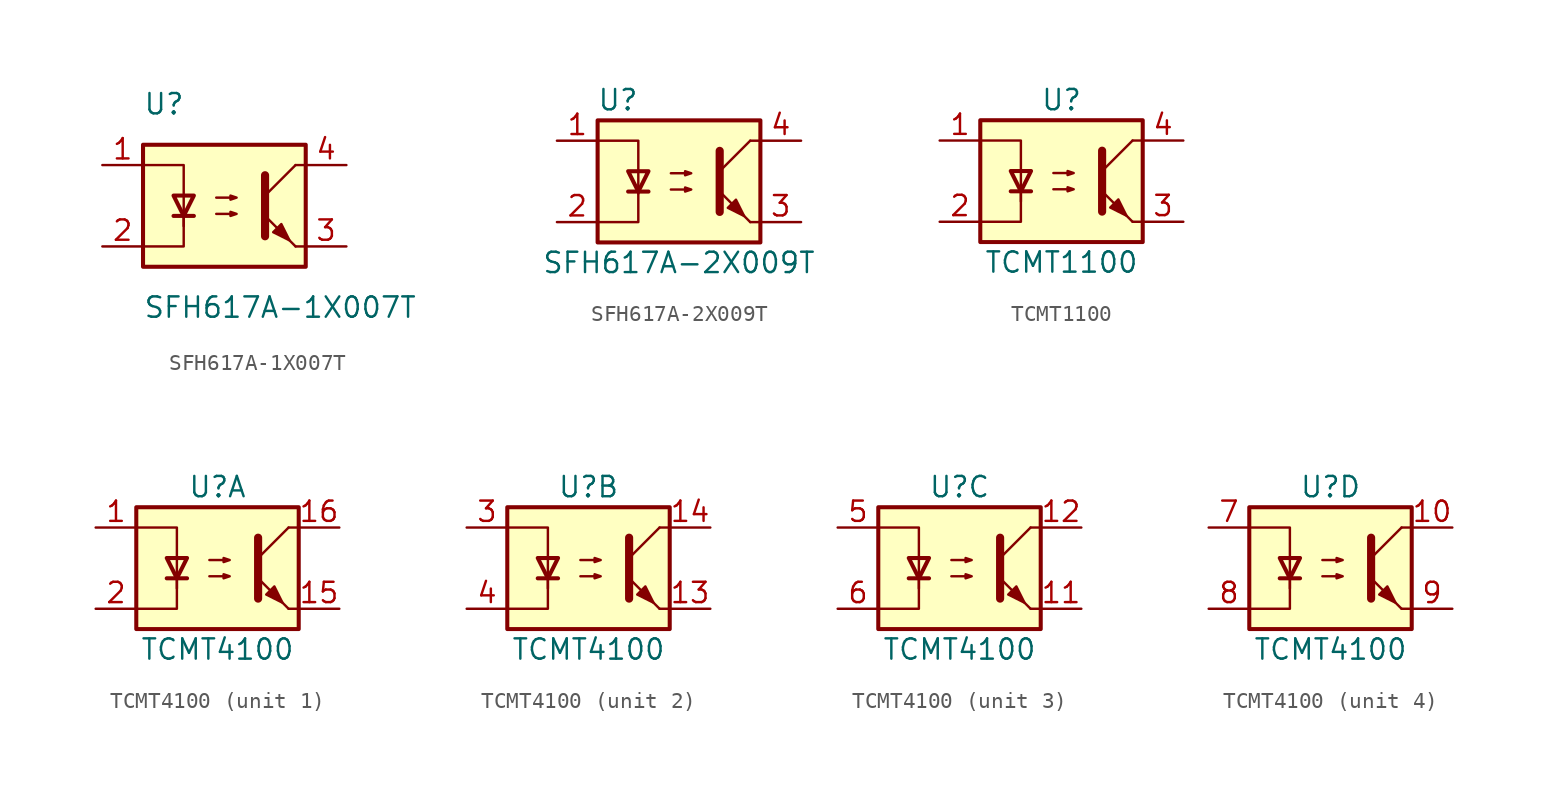
<source format=kicad_sym>
(kicad_symbol_lib
  (version 20201005)
  (generator kicad_symbol_editor)
  (symbol "SFH617A-1X007T"
    (pin_names
      (offset 1.016))
    (property "Reference" "U"
      (at -5.08 6.35 0)
      (effects (font (size 1.27 1.27)) (justify left)))
    (property "Value" "SFH617A-1X007T"
      (at -5.08 -6.35 0)
      (effects (font (size 1.27 1.27)) (justify left)))
    (symbol "SFH617A-1X007T_0_1"
      (rectangle (start -5.08 3.81) (end 5.08 -3.81) (stroke (width 0.254)) (fill (type background)))
      (polyline (pts (xy -3.175 -0.635) (xy -1.905 -0.635)) (stroke (width 0.254)) (fill (type none)))
      (polyline (pts (xy 2.54 0.635) (xy 4.445 2.54)) (stroke (width 0)) (fill (type none)))
      (polyline (pts (xy 4.445 -2.54) (xy 5.08 -2.54)) (stroke (width 0)) (fill (type none)))
      (polyline (pts (xy 4.445 2.54) (xy 5.08 2.54)) (stroke (width 0)) (fill (type none)))
      (polyline (pts (xy -2.54 -0.635) (xy -2.54 -2.54) (xy -5.08 -2.54)) (stroke (width 0)) (fill (type none)))
      (polyline (pts (xy 2.54 1.905) (xy 2.54 -1.905) (xy 2.54 -1.905)) (stroke (width 0.508)) (fill (type none)))
      (polyline (pts (xy -5.08 2.54) (xy -2.54 2.54) (xy -2.54 -1.27) (xy -2.54 0.635)) (stroke (width 0)) (fill (type none)))
      (polyline (pts (xy -2.54 -0.635) (xy -3.175 0.635) (xy -1.905 0.635) (xy -2.54 -0.635)) (stroke (width 0.254)) (fill (type none)))
      (polyline (pts (xy -0.508 -0.508) (xy 0.762 -0.508) (xy 0.381 -0.635) (xy 0.381 -0.381) (xy 0.762 -0.508)) (stroke (width 0)) (fill (type none)))
      (polyline (pts (xy -0.508 0.508) (xy 0.762 0.508) (xy 0.381 0.381) (xy 0.381 0.635) (xy 0.762 0.508)) (stroke (width 0)) (fill (type none)))
      (polyline (pts (xy 4.445 -2.54) (xy 2.54 -0.635)) (stroke (width 0)) (fill (type outline)))
      (polyline (pts (xy 3.048 -1.651) (xy 3.556 -1.143) (xy 4.064 -2.159) (xy 3.048 -1.651) (xy 3.048 -1.651)) (stroke (width 0)) (fill (type outline))))
    (symbol "SFH617A-1X007T_1_1"
      (pin passive line (at -7.62 2.54 0) (length 2.54) (name "~" (effects (font (size 1.27 1.27)))) (number "1" (effects (font (size 1.27 1.27)))))
      (pin passive line (at -7.62 -2.54 0) (length 2.54) (name "~" (effects (font (size 1.27 1.27)))) (number "2" (effects (font (size 1.27 1.27)))))
      (pin passive line (at 7.62 -2.54 180) (length 2.54) (name "~" (effects (font (size 1.27 1.27)))) (number "3" (effects (font (size 1.27 1.27)))))
      (pin passive line (at 7.62 2.54 180) (length 2.54) (name "~" (effects (font (size 1.27 1.27)))) (number "4" (effects (font (size 1.27 1.27)))))))
  (symbol "SFH617A-2X009T"
    (property "Reference" "U"
      (at -3.81 5.08 0)
      (effects (font (size 1.27 1.27))))
    (property "Value" "SFH617A-2X009T"
      (at 0 -5.08 0)
      (effects (font (size 1.27 1.27))))
    (symbol "SFH617A-2X009T_1_1"
      (rectangle (start -5.08 3.81) (end 5.08 -3.81) (stroke (width 0.254)) (fill (type background)))
      (polyline (pts (xy -3.175 -0.635) (xy -1.905 -0.635)) (stroke (width 0.254)) (fill (type none)))
      (polyline (pts (xy 2.54 0.635) (xy 4.445 2.54)) (stroke (width 0)) (fill (type none)))
      (polyline (pts (xy 4.445 -2.54) (xy 5.08 -2.54)) (stroke (width 0)) (fill (type none)))
      (polyline (pts (xy 4.445 2.54) (xy 5.08 2.54)) (stroke (width 0)) (fill (type none)))
      (polyline (pts (xy -5.08 2.54) (xy -2.54 2.54) (xy -2.54 -0.762)) (stroke (width 0)) (fill (type none)))
      (polyline (pts (xy -2.54 -0.635) (xy -2.54 -2.54) (xy -5.08 -2.54)) (stroke (width 0)) (fill (type none)))
      (polyline (pts (xy 2.54 1.905) (xy 2.54 -1.905) (xy 2.54 -1.905)) (stroke (width 0.508)) (fill (type none)))
      (polyline (pts (xy -2.54 -0.635) (xy -3.175 0.635) (xy -1.905 0.635) (xy -2.54 -0.635)) (stroke (width 0.254)) (fill (type none)))
      (polyline (pts (xy -0.508 -0.508) (xy 0.762 -0.508) (xy 0.381 -0.635) (xy 0.381 -0.381) (xy 0.762 -0.508)) (stroke (width 0)) (fill (type none)))
      (polyline (pts (xy -0.508 0.508) (xy 0.762 0.508) (xy 0.381 0.381) (xy 0.381 0.635) (xy 0.762 0.508)) (stroke (width 0)) (fill (type none)))
      (polyline (pts (xy 4.445 -2.54) (xy 2.54 -0.635)) (stroke (width 0)) (fill (type outline)))
      (polyline (pts (xy 3.048 -1.651) (xy 3.556 -1.143) (xy 4.064 -2.159) (xy 3.048 -1.651) (xy 3.048 -1.651)) (stroke (width 0)) (fill (type outline)))
      (pin passive line (at -7.62 2.54 0) (length 2.54) (name "~" (effects (font (size 1.27 1.27)))) (number "1" (effects (font (size 1.27 1.27)))))
      (pin passive line (at -7.62 -2.54 0) (length 2.54) (name "~" (effects (font (size 1.27 1.27)))) (number "2" (effects (font (size 1.27 1.27)))))
      (pin passive line (at 7.62 -2.54 180) (length 2.54) (name "~" (effects (font (size 1.27 1.27)))) (number "3" (effects (font (size 1.27 1.27)))))
      (pin passive line (at 7.62 2.54 180) (length 2.54) (name "~" (effects (font (size 1.27 1.27)))) (number "4" (effects (font (size 1.27 1.27)))))))
  (symbol "TCMT1100"
    (pin_names
      (offset 1.016))
    (property "Reference" "U"
      (at 0 5.08 0)
      (effects (font (size 1.27 1.27))))
    (property "Value" "TCMT1100"
      (at 0 -5.08 0)
      (effects (font (size 1.27 1.27))))
    (symbol "TCMT1100_1_1"
      (rectangle (start -5.08 3.81) (end 5.08 -3.81) (stroke (width 0.254)) (fill (type background)))
      (polyline (pts (xy -3.175 -0.635) (xy -1.905 -0.635)) (stroke (width 0.254)) (fill (type none)))
      (polyline (pts (xy 2.54 0.635) (xy 4.445 2.54)) (stroke (width 0)) (fill (type none)))
      (polyline (pts (xy 4.445 -2.54) (xy 5.08 -2.54)) (stroke (width 0)) (fill (type none)))
      (polyline (pts (xy 4.445 2.54) (xy 5.08 2.54)) (stroke (width 0)) (fill (type none)))
      (polyline (pts (xy -2.54 -0.635) (xy -2.54 -2.54) (xy -5.08 -2.54)) (stroke (width 0)) (fill (type none)))
      (polyline (pts (xy 2.54 1.905) (xy 2.54 -1.905) (xy 2.54 -1.905)) (stroke (width 0.508)) (fill (type none)))
      (polyline (pts (xy -5.08 2.54) (xy -2.54 2.54) (xy -2.54 -1.27) (xy -2.54 0.635)) (stroke (width 0)) (fill (type none)))
      (polyline (pts (xy -2.54 -0.635) (xy -3.175 0.635) (xy -1.905 0.635) (xy -2.54 -0.635)) (stroke (width 0.254)) (fill (type none)))
      (polyline (pts (xy -0.508 -0.508) (xy 0.762 -0.508) (xy 0.381 -0.635) (xy 0.381 -0.381) (xy 0.762 -0.508)) (stroke (width 0)) (fill (type none)))
      (polyline (pts (xy -0.508 0.508) (xy 0.762 0.508) (xy 0.381 0.381) (xy 0.381 0.635) (xy 0.762 0.508)) (stroke (width 0)) (fill (type none)))
      (polyline (pts (xy 4.445 -2.54) (xy 2.54 -0.635)) (stroke (width 0)) (fill (type outline)))
      (polyline (pts (xy 3.048 -1.651) (xy 3.556 -1.143) (xy 4.064 -2.159) (xy 3.048 -1.651) (xy 3.048 -1.651)) (stroke (width 0)) (fill (type outline)))
      (pin passive line (at -7.62 2.54 0) (length 2.54) (name "~" (effects (font (size 1.27 1.27)))) (number "1" (effects (font (size 1.27 1.27)))))
      (pin passive line (at -7.62 -2.54 0) (length 2.54) (name "~" (effects (font (size 1.27 1.27)))) (number "2" (effects (font (size 1.27 1.27)))))
      (pin passive line (at 7.62 -2.54 180) (length 2.54) (name "~" (effects (font (size 1.27 1.27)))) (number "3" (effects (font (size 1.27 1.27)))))
      (pin passive line (at 7.62 2.54 180) (length 2.54) (name "~" (effects (font (size 1.27 1.27)))) (number "4" (effects (font (size 1.27 1.27)))))))
  (symbol "TCMT4100"
    (pin_names
      (offset 1.016))
    (property "Reference" "U"
      (at 0 5.08 0)
      (effects (font (size 1.27 1.27))))
    (property "Value" "TCMT4100"
      (at 0 -5.08 0)
      (effects (font (size 1.27 1.27))))
    (symbol "TCMT4100_1_1"
      (rectangle (start -5.08 3.81) (end 5.08 -3.81) (stroke (width 0.254)) (fill (type background)))
      (polyline (pts (xy -3.175 -0.635) (xy -1.905 -0.635)) (stroke (width 0.254)) (fill (type none)))
      (polyline (pts (xy 2.54 0.635) (xy 4.445 2.54)) (stroke (width 0)) (fill (type none)))
      (polyline (pts (xy 4.445 -2.54) (xy 5.08 -2.54)) (stroke (width 0)) (fill (type none)))
      (polyline (pts (xy 4.445 2.54) (xy 5.08 2.54)) (stroke (width 0)) (fill (type none)))
      (polyline (pts (xy -2.54 -0.635) (xy -2.54 -2.54) (xy -5.08 -2.54)) (stroke (width 0)) (fill (type none)))
      (polyline (pts (xy 2.54 1.905) (xy 2.54 -1.905) (xy 2.54 -1.905)) (stroke (width 0.508)) (fill (type none)))
      (polyline (pts (xy -5.08 2.54) (xy -2.54 2.54) (xy -2.54 -1.27) (xy -2.54 0.635)) (stroke (width 0)) (fill (type none)))
      (polyline (pts (xy -2.54 -0.635) (xy -3.175 0.635) (xy -1.905 0.635) (xy -2.54 -0.635)) (stroke (width 0.254)) (fill (type none)))
      (polyline (pts (xy -0.508 -0.508) (xy 0.762 -0.508) (xy 0.381 -0.635) (xy 0.381 -0.381) (xy 0.762 -0.508)) (stroke (width 0)) (fill (type none)))
      (polyline (pts (xy -0.508 0.508) (xy 0.762 0.508) (xy 0.381 0.381) (xy 0.381 0.635) (xy 0.762 0.508)) (stroke (width 0)) (fill (type none)))
      (polyline (pts (xy 4.445 -2.54) (xy 2.54 -0.635)) (stroke (width 0)) (fill (type outline)))
      (polyline (pts (xy 3.048 -1.651) (xy 3.556 -1.143) (xy 4.064 -2.159) (xy 3.048 -1.651) (xy 3.048 -1.651)) (stroke (width 0)) (fill (type outline)))
      (pin passive line (at -7.62 2.54 0) (length 2.54) (name "~" (effects (font (size 1.27 1.27)))) (number "1" (effects (font (size 1.27 1.27)))))
      (pin passive line (at 7.62 -2.54 180) (length 2.54) (name "~" (effects (font (size 1.27 1.27)))) (number "15" (effects (font (size 1.27 1.27)))))
      (pin passive line (at 7.62 2.54 180) (length 2.54) (name "~" (effects (font (size 1.27 1.27)))) (number "16" (effects (font (size 1.27 1.27)))))
      (pin passive line (at -7.62 -2.54 0) (length 2.54) (name "~" (effects (font (size 1.27 1.27)))) (number "2" (effects (font (size 1.27 1.27))))))
    (symbol "TCMT4100_2_1"
      (rectangle (start -5.08 3.81) (end 5.08 -3.81) (stroke (width 0.254)) (fill (type background)))
      (polyline (pts (xy -3.175 -0.635) (xy -1.905 -0.635)) (stroke (width 0.254)) (fill (type none)))
      (polyline (pts (xy 2.54 0.635) (xy 4.445 2.54)) (stroke (width 0)) (fill (type none)))
      (polyline (pts (xy 4.445 -2.54) (xy 5.08 -2.54)) (stroke (width 0)) (fill (type none)))
      (polyline (pts (xy 4.445 2.54) (xy 5.08 2.54)) (stroke (width 0)) (fill (type none)))
      (polyline (pts (xy -2.54 -0.635) (xy -2.54 -2.54) (xy -5.08 -2.54)) (stroke (width 0)) (fill (type none)))
      (polyline (pts (xy 2.54 1.905) (xy 2.54 -1.905) (xy 2.54 -1.905)) (stroke (width 0.508)) (fill (type none)))
      (polyline (pts (xy -5.08 2.54) (xy -2.54 2.54) (xy -2.54 -1.27) (xy -2.54 0.635)) (stroke (width 0)) (fill (type none)))
      (polyline (pts (xy -2.54 -0.635) (xy -3.175 0.635) (xy -1.905 0.635) (xy -2.54 -0.635)) (stroke (width 0.254)) (fill (type none)))
      (polyline (pts (xy -0.508 -0.508) (xy 0.762 -0.508) (xy 0.381 -0.635) (xy 0.381 -0.381) (xy 0.762 -0.508)) (stroke (width 0)) (fill (type none)))
      (polyline (pts (xy -0.508 0.508) (xy 0.762 0.508) (xy 0.381 0.381) (xy 0.381 0.635) (xy 0.762 0.508)) (stroke (width 0)) (fill (type none)))
      (polyline (pts (xy 4.445 -2.54) (xy 2.54 -0.635)) (stroke (width 0)) (fill (type outline)))
      (polyline (pts (xy 3.048 -1.651) (xy 3.556 -1.143) (xy 4.064 -2.159) (xy 3.048 -1.651) (xy 3.048 -1.651)) (stroke (width 0)) (fill (type outline)))
      (pin passive line (at 7.62 -2.54 180) (length 2.54) (name "~" (effects (font (size 1.27 1.27)))) (number "13" (effects (font (size 1.27 1.27)))))
      (pin passive line (at 7.62 2.54 180) (length 2.54) (name "~" (effects (font (size 1.27 1.27)))) (number "14" (effects (font (size 1.27 1.27)))))
      (pin passive line (at -7.62 2.54 0) (length 2.54) (name "~" (effects (font (size 1.27 1.27)))) (number "3" (effects (font (size 1.27 1.27)))))
      (pin passive line (at -7.62 -2.54 0) (length 2.54) (name "~" (effects (font (size 1.27 1.27)))) (number "4" (effects (font (size 1.27 1.27))))))
    (symbol "TCMT4100_3_1"
      (rectangle (start -5.08 3.81) (end 5.08 -3.81) (stroke (width 0.254)) (fill (type background)))
      (polyline (pts (xy -3.175 -0.635) (xy -1.905 -0.635)) (stroke (width 0.254)) (fill (type none)))
      (polyline (pts (xy 2.54 0.635) (xy 4.445 2.54)) (stroke (width 0)) (fill (type none)))
      (polyline (pts (xy 4.445 -2.54) (xy 5.08 -2.54)) (stroke (width 0)) (fill (type none)))
      (polyline (pts (xy 4.445 2.54) (xy 5.08 2.54)) (stroke (width 0)) (fill (type none)))
      (polyline (pts (xy -2.54 -0.635) (xy -2.54 -2.54) (xy -5.08 -2.54)) (stroke (width 0)) (fill (type none)))
      (polyline (pts (xy 2.54 1.905) (xy 2.54 -1.905) (xy 2.54 -1.905)) (stroke (width 0.508)) (fill (type none)))
      (polyline (pts (xy -5.08 2.54) (xy -2.54 2.54) (xy -2.54 -1.27) (xy -2.54 0.635)) (stroke (width 0)) (fill (type none)))
      (polyline (pts (xy -2.54 -0.635) (xy -3.175 0.635) (xy -1.905 0.635) (xy -2.54 -0.635)) (stroke (width 0.254)) (fill (type none)))
      (polyline (pts (xy -0.508 -0.508) (xy 0.762 -0.508) (xy 0.381 -0.635) (xy 0.381 -0.381) (xy 0.762 -0.508)) (stroke (width 0)) (fill (type none)))
      (polyline (pts (xy -0.508 0.508) (xy 0.762 0.508) (xy 0.381 0.381) (xy 0.381 0.635) (xy 0.762 0.508)) (stroke (width 0)) (fill (type none)))
      (polyline (pts (xy 4.445 -2.54) (xy 2.54 -0.635)) (stroke (width 0)) (fill (type outline)))
      (polyline (pts (xy 3.048 -1.651) (xy 3.556 -1.143) (xy 4.064 -2.159) (xy 3.048 -1.651) (xy 3.048 -1.651)) (stroke (width 0)) (fill (type outline)))
      (pin passive line (at 7.62 -2.54 180) (length 2.54) (name "~" (effects (font (size 1.27 1.27)))) (number "11" (effects (font (size 1.27 1.27)))))
      (pin passive line (at 7.62 2.54 180) (length 2.54) (name "~" (effects (font (size 1.27 1.27)))) (number "12" (effects (font (size 1.27 1.27)))))
      (pin passive line (at -7.62 2.54 0) (length 2.54) (name "~" (effects (font (size 1.27 1.27)))) (number "5" (effects (font (size 1.27 1.27)))))
      (pin passive line (at -7.62 -2.54 0) (length 2.54) (name "~" (effects (font (size 1.27 1.27)))) (number "6" (effects (font (size 1.27 1.27))))))
    (symbol "TCMT4100_4_1"
      (rectangle (start -5.08 3.81) (end 5.08 -3.81) (stroke (width 0.254)) (fill (type background)))
      (polyline (pts (xy -3.175 -0.635) (xy -1.905 -0.635)) (stroke (width 0.254)) (fill (type none)))
      (polyline (pts (xy 2.54 0.635) (xy 4.445 2.54)) (stroke (width 0)) (fill (type none)))
      (polyline (pts (xy 4.445 -2.54) (xy 5.08 -2.54)) (stroke (width 0)) (fill (type none)))
      (polyline (pts (xy 4.445 2.54) (xy 5.08 2.54)) (stroke (width 0)) (fill (type none)))
      (polyline (pts (xy -2.54 -0.635) (xy -2.54 -2.54) (xy -5.08 -2.54)) (stroke (width 0)) (fill (type none)))
      (polyline (pts (xy 2.54 1.905) (xy 2.54 -1.905) (xy 2.54 -1.905)) (stroke (width 0.508)) (fill (type none)))
      (polyline (pts (xy -5.08 2.54) (xy -2.54 2.54) (xy -2.54 -1.27) (xy -2.54 0.635)) (stroke (width 0)) (fill (type none)))
      (polyline (pts (xy -2.54 -0.635) (xy -3.175 0.635) (xy -1.905 0.635) (xy -2.54 -0.635)) (stroke (width 0.254)) (fill (type none)))
      (polyline (pts (xy -0.508 -0.508) (xy 0.762 -0.508) (xy 0.381 -0.635) (xy 0.381 -0.381) (xy 0.762 -0.508)) (stroke (width 0)) (fill (type none)))
      (polyline (pts (xy -0.508 0.508) (xy 0.762 0.508) (xy 0.381 0.381) (xy 0.381 0.635) (xy 0.762 0.508)) (stroke (width 0)) (fill (type none)))
      (polyline (pts (xy 4.445 -2.54) (xy 2.54 -0.635)) (stroke (width 0)) (fill (type outline)))
      (polyline (pts (xy 3.048 -1.651) (xy 3.556 -1.143) (xy 4.064 -2.159) (xy 3.048 -1.651) (xy 3.048 -1.651)) (stroke (width 0)) (fill (type outline)))
      (pin passive line (at 7.62 2.54 180) (length 2.54) (name "~" (effects (font (size 1.27 1.27)))) (number "10" (effects (font (size 1.27 1.27)))))
      (pin passive line (at -7.62 2.54 0) (length 2.54) (name "~" (effects (font (size 1.27 1.27)))) (number "7" (effects (font (size 1.27 1.27)))))
      (pin passive line (at -7.62 -2.54 0) (length 2.54) (name "~" (effects (font (size 1.27 1.27)))) (number "8" (effects (font (size 1.27 1.27)))))
      (pin passive line (at 7.62 -2.54 180) (length 2.54) (name "~" (effects (font (size 1.27 1.27)))) (number "9" (effects (font (size 1.27 1.27))))))))
</source>
